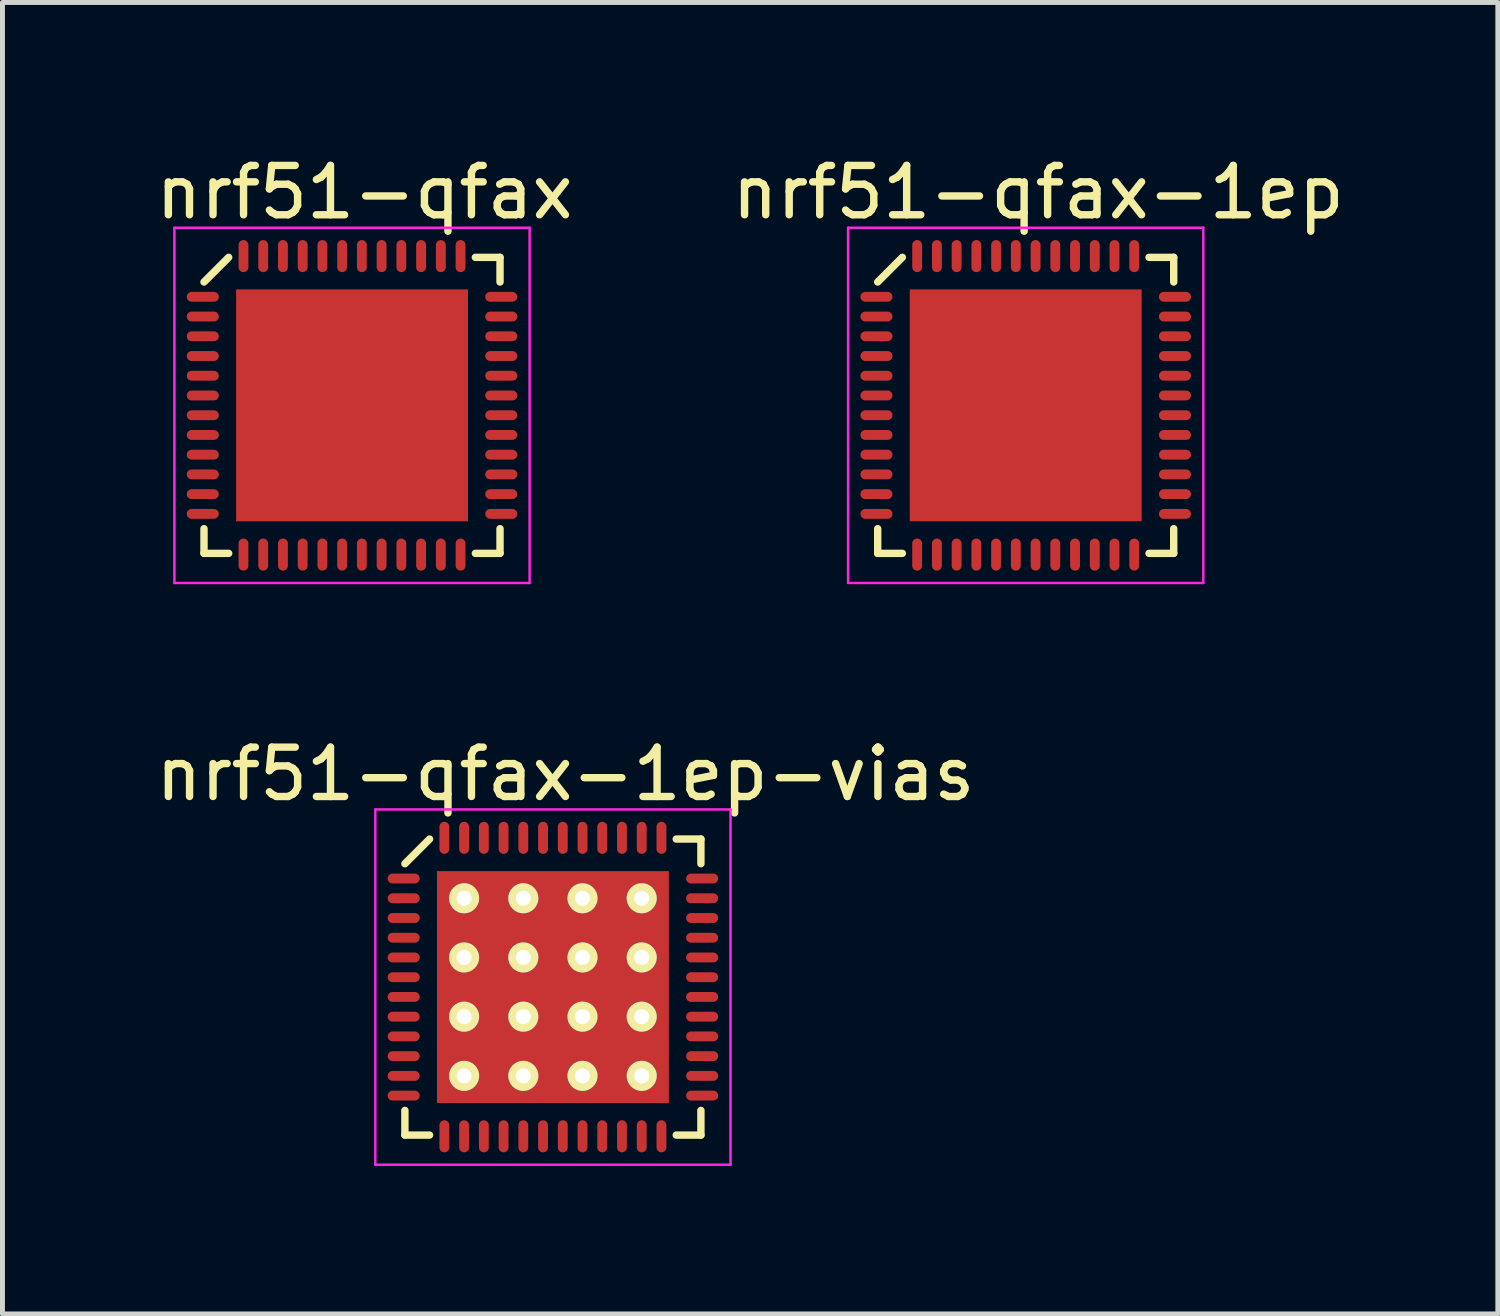
<source format=kicad_pcb>
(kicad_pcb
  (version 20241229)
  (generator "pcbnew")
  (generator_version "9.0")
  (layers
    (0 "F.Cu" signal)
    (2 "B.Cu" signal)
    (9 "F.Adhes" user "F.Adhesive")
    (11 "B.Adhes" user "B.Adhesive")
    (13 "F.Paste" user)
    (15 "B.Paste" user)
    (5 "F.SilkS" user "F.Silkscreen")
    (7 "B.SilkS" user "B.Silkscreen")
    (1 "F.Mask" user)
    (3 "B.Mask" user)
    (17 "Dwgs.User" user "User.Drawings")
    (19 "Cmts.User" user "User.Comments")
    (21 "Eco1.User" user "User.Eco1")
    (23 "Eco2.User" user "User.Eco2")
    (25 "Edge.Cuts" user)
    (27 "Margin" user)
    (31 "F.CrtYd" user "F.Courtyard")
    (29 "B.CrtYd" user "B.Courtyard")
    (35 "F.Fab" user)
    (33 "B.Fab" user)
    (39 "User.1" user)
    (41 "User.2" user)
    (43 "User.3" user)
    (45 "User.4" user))
  (footprint "nrf51-qfax-1ep"
    (layer "F.Cu")
    (at 17.74 5.166)
    (property "Reference" "nrf51-qfax-1ep" (at 0.254 -4.318 0) (layer "F.SilkS") (effects (font (size 1 1) (thickness 0.15))))
    (attr smd)
    (fp_line (start -3 -2.5) (end -2.5 -3) (stroke (width 0.15) (type solid)) (layer "F.SilkS"))
    (fp_line (start -3 3) (end -3 2.5) (stroke (width 0.15) (type solid)) (layer "F.SilkS"))
    (fp_line (start -3 3) (end -2.5 3) (stroke (width 0.15) (type solid)) (layer "F.SilkS"))
    (fp_line (start 2.5 -3) (end 3 -3) (stroke (width 0.15) (type solid)) (layer "F.SilkS"))
    (fp_line (start 2.5 3) (end 3 3) (stroke (width 0.15) (type solid)) (layer "F.SilkS"))
    (fp_line (start 3 -2.5) (end 3 -3) (stroke (width 0.15) (type solid)) (layer "F.SilkS"))
    (fp_line (start 3 3) (end 3 2.5) (stroke (width 0.15) (type solid)) (layer "F.SilkS"))
    (fp_line (start -3.6 -3.6) (end 3.6 -3.6) (stroke (width 0.05) (type solid)) (layer "F.CrtYd"))
    (fp_line (start -3.6 3.6) (end -3.6 -3.6) (stroke (width 0.05) (type solid)) (layer "F.CrtYd"))
    (fp_line (start -3.6 3.6) (end 3.6 3.6) (stroke (width 0.05) (type solid)) (layer "F.CrtYd"))
    (fp_line (start 3.6 3.6) (end 3.6 -3.6) (stroke (width 0.05) (type solid)) (layer "F.CrtYd"))
    (pad "1" smd oval (at -3.025 -2.2 90) (size 0.2 0.65) (layers "F.Cu" "F.Mask" "F.Paste"))
    (pad "2" smd oval (at -3.025 -1.8 90) (size 0.2 0.65) (layers "F.Cu" "F.Mask" "F.Paste"))
    (pad "3" smd oval (at -3.025 -1.4 90) (size 0.2 0.65) (layers "F.Cu" "F.Mask" "F.Paste"))
    (pad "4" smd oval (at -3.025 -1 90) (size 0.2 0.65) (layers "F.Cu" "F.Mask" "F.Paste"))
    (pad "5" smd oval (at -3.025 -0.6 90) (size 0.2 0.65) (layers "F.Cu" "F.Mask" "F.Paste"))
    (pad "6" smd oval (at -3.025 -0.2 90) (size 0.2 0.65) (layers "F.Cu" "F.Mask" "F.Paste"))
    (pad "7" smd oval (at -3.025 0.2 90) (size 0.2 0.65) (layers "F.Cu" "F.Mask" "F.Paste"))
    (pad "8" smd oval (at -3.025 0.6 90) (size 0.2 0.65) (layers "F.Cu" "F.Mask" "F.Paste"))
    (pad "9" smd oval (at -3.025 1 90) (size 0.2 0.65) (layers "F.Cu" "F.Mask" "F.Paste"))
    (pad "10" smd oval (at -3.025 1.4 90) (size 0.2 0.65) (layers "F.Cu" "F.Mask" "F.Paste"))
    (pad "11" smd oval (at -3.025 1.8 90) (size 0.2 0.65) (layers "F.Cu" "F.Mask" "F.Paste"))
    (pad "12" smd oval (at -3.025 2.2 90) (size 0.2 0.65) (layers "F.Cu" "F.Mask" "F.Paste"))
    (pad "13" smd oval (at -2.2 3.025) (size 0.2 0.65) (layers "F.Cu" "F.Mask" "F.Paste"))
    (pad "14" smd oval (at -1.8 3.025) (size 0.2 0.65) (layers "F.Cu" "F.Mask" "F.Paste"))
    (pad "15" smd oval (at -1.4 3.025) (size 0.2 0.65) (layers "F.Cu" "F.Mask" "F.Paste"))
    (pad "16" smd oval (at -1 3.025) (size 0.2 0.65) (layers "F.Cu" "F.Mask" "F.Paste"))
    (pad "17" smd oval (at -0.6 3.025) (size 0.2 0.65) (layers "F.Cu" "F.Mask" "F.Paste"))
    (pad "18" smd oval (at -0.2 3.025) (size 0.2 0.65) (layers "F.Cu" "F.Mask" "F.Paste"))
    (pad "19" smd oval (at 0.2 3.025) (size 0.2 0.65) (layers "F.Cu" "F.Mask" "F.Paste"))
    (pad "20" smd oval (at 0.6 3.025) (size 0.2 0.65) (layers "F.Cu" "F.Mask" "F.Paste"))
    (pad "21" smd oval (at 1 3.025) (size 0.2 0.65) (layers "F.Cu" "F.Mask" "F.Paste"))
    (pad "22" smd oval (at 1.4 3.025) (size 0.2 0.65) (layers "F.Cu" "F.Mask" "F.Paste"))
    (pad "23" smd oval (at 1.8 3.025) (size 0.2 0.65) (layers "F.Cu" "F.Mask" "F.Paste"))
    (pad "24" smd oval (at 2.2 3.025) (size 0.2 0.65) (layers "F.Cu" "F.Mask" "F.Paste"))
    (pad "25" smd oval (at 3.025 2.2 90) (size 0.2 0.65) (layers "F.Cu" "F.Mask" "F.Paste"))
    (pad "26" smd oval (at 3.025 1.8 90) (size 0.2 0.65) (layers "F.Cu" "F.Mask" "F.Paste"))
    (pad "27" smd oval (at 3.025 1.4 90) (size 0.2 0.65) (layers "F.Cu" "F.Mask" "F.Paste"))
    (pad "28" smd oval (at 3.025 1 90) (size 0.2 0.65) (layers "F.Cu" "F.Mask" "F.Paste"))
    (pad "29" smd oval (at 3.025 0.6 90) (size 0.2 0.65) (layers "F.Cu" "F.Mask" "F.Paste"))
    (pad "30" smd oval (at 3.025 0.2 90) (size 0.2 0.65) (layers "F.Cu" "F.Mask" "F.Paste"))
    (pad "31" smd oval (at 3.025 -0.2 90) (size 0.2 0.65) (layers "F.Cu" "F.Mask" "F.Paste"))
    (pad "32" smd oval (at 3.025 -0.6 90) (size 0.2 0.65) (layers "F.Cu" "F.Mask" "F.Paste"))
    (pad "33" smd oval (at 3.025 -1 90) (size 0.2 0.65) (layers "F.Cu" "F.Mask" "F.Paste"))
    (pad "34" smd oval (at 3.025 -1.4 90) (size 0.2 0.65) (layers "F.Cu" "F.Mask" "F.Paste"))
    (pad "35" smd oval (at 3.025 -1.8 90) (size 0.2 0.65) (layers "F.Cu" "F.Mask" "F.Paste"))
    (pad "36" smd oval (at 3.025 -2.2 90) (size 0.2 0.65) (layers "F.Cu" "F.Mask" "F.Paste"))
    (pad "37" smd oval (at 2.2 -3.025) (size 0.2 0.65) (layers "F.Cu" "F.Mask" "F.Paste"))
    (pad "38" smd oval (at 1.8 -3.025) (size 0.2 0.65) (layers "F.Cu" "F.Mask" "F.Paste"))
    (pad "39" smd oval (at 1.4 -3.025) (size 0.2 0.65) (layers "F.Cu" "F.Mask" "F.Paste"))
    (pad "40" smd oval (at 1 -3.025) (size 0.2 0.65) (layers "F.Cu" "F.Mask" "F.Paste"))
    (pad "41" smd oval (at 0.6 -3.025) (size 0.2 0.65) (layers "F.Cu" "F.Mask" "F.Paste"))
    (pad "42" smd oval (at 0.2 -3.025) (size 0.2 0.65) (layers "F.Cu" "F.Mask" "F.Paste"))
    (pad "43" smd oval (at -0.2 -3.025) (size 0.2 0.65) (layers "F.Cu" "F.Mask" "F.Paste"))
    (pad "44" smd oval (at -0.6 -3.025) (size 0.2 0.65) (layers "F.Cu" "F.Mask" "F.Paste"))
    (pad "45" smd oval (at -1 -3.025) (size 0.2 0.65) (layers "F.Cu" "F.Mask" "F.Paste"))
    (pad "46" smd oval (at -1.4 -3.025) (size 0.2 0.65) (layers "F.Cu" "F.Mask" "F.Paste"))
    (pad "47" smd oval (at -1.8 -3.025) (size 0.2 0.65) (layers "F.Cu" "F.Mask" "F.Paste"))
    (pad "48" smd oval (at -2.2 -3.025) (size 0.2 0.65) (layers "F.Cu" "F.Mask" "F.Paste"))
    (pad "49" smd rect (at 0 0) (size 4.7 4.7) (layers "F.Cu" "F.Mask" "F.Paste")))
  (footprint "nrf51-qfax"
    (layer "F.Cu")
    (at 4.085 5.166)
    (property "Reference" "nrf51-qfax" (at 0.254 -4.318 0) (layer "F.SilkS") (effects (font (size 1 1) (thickness 0.15))))
    (attr smd)
    (fp_line (start -3 -2.5) (end -2.5 -3) (stroke (width 0.15) (type solid)) (layer "F.SilkS"))
    (fp_line (start -3 3) (end -3 2.5) (stroke (width 0.15) (type solid)) (layer "F.SilkS"))
    (fp_line (start -3 3) (end -2.5 3) (stroke (width 0.15) (type solid)) (layer "F.SilkS"))
    (fp_line (start 2.5 -3) (end 3 -3) (stroke (width 0.15) (type solid)) (layer "F.SilkS"))
    (fp_line (start 2.5 3) (end 3 3) (stroke (width 0.15) (type solid)) (layer "F.SilkS"))
    (fp_line (start 3 -2.5) (end 3 -3) (stroke (width 0.15) (type solid)) (layer "F.SilkS"))
    (fp_line (start 3 3) (end 3 2.5) (stroke (width 0.15) (type solid)) (layer "F.SilkS"))
    (fp_line (start -3.6 -3.6) (end 3.6 -3.6) (stroke (width 0.05) (type solid)) (layer "F.CrtYd"))
    (fp_line (start -3.6 3.6) (end -3.6 -3.6) (stroke (width 0.05) (type solid)) (layer "F.CrtYd"))
    (fp_line (start -3.6 3.6) (end 3.6 3.6) (stroke (width 0.05) (type solid)) (layer "F.CrtYd"))
    (fp_line (start 3.6 3.6) (end 3.6 -3.6) (stroke (width 0.05) (type solid)) (layer "F.CrtYd"))
    (pad "1" smd oval (at -3.025 -2.2 90) (size 0.2 0.65) (layers "F.Cu" "F.Mask" "F.Paste"))
    (pad "2" smd oval (at -3.025 -1.8 90) (size 0.2 0.65) (layers "F.Cu" "F.Mask" "F.Paste"))
    (pad "3" smd oval (at -3.025 -1.4 90) (size 0.2 0.65) (layers "F.Cu" "F.Mask" "F.Paste"))
    (pad "4" smd oval (at -3.025 -1 90) (size 0.2 0.65) (layers "F.Cu" "F.Mask" "F.Paste"))
    (pad "5" smd oval (at -3.025 -0.6 90) (size 0.2 0.65) (layers "F.Cu" "F.Mask" "F.Paste"))
    (pad "6" smd oval (at -3.025 -0.2 90) (size 0.2 0.65) (layers "F.Cu" "F.Mask" "F.Paste"))
    (pad "7" smd oval (at -3.025 0.2 90) (size 0.2 0.65) (layers "F.Cu" "F.Mask" "F.Paste"))
    (pad "8" smd oval (at -3.025 0.6 90) (size 0.2 0.65) (layers "F.Cu" "F.Mask" "F.Paste"))
    (pad "9" smd oval (at -3.025 1 90) (size 0.2 0.65) (layers "F.Cu" "F.Mask" "F.Paste"))
    (pad "10" smd oval (at -3.025 1.4 90) (size 0.2 0.65) (layers "F.Cu" "F.Mask" "F.Paste"))
    (pad "11" smd oval (at -3.025 1.8 90) (size 0.2 0.65) (layers "F.Cu" "F.Mask" "F.Paste"))
    (pad "12" smd oval (at -3.025 2.2 90) (size 0.2 0.65) (layers "F.Cu" "F.Mask" "F.Paste"))
    (pad "13" smd oval (at -2.2 3.025) (size 0.2 0.65) (layers "F.Cu" "F.Mask" "F.Paste"))
    (pad "14" smd oval (at -1.8 3.025) (size 0.2 0.65) (layers "F.Cu" "F.Mask" "F.Paste"))
    (pad "15" smd oval (at -1.4 3.025) (size 0.2 0.65) (layers "F.Cu" "F.Mask" "F.Paste"))
    (pad "16" smd oval (at -1 3.025) (size 0.2 0.65) (layers "F.Cu" "F.Mask" "F.Paste"))
    (pad "17" smd oval (at -0.6 3.025) (size 0.2 0.65) (layers "F.Cu" "F.Mask" "F.Paste"))
    (pad "18" smd oval (at -0.2 3.025) (size 0.2 0.65) (layers "F.Cu" "F.Mask" "F.Paste"))
    (pad "19" smd oval (at 0.2 3.025) (size 0.2 0.65) (layers "F.Cu" "F.Mask" "F.Paste"))
    (pad "20" smd oval (at 0.6 3.025) (size 0.2 0.65) (layers "F.Cu" "F.Mask" "F.Paste"))
    (pad "21" smd oval (at 1 3.025) (size 0.2 0.65) (layers "F.Cu" "F.Mask" "F.Paste"))
    (pad "22" smd oval (at 1.4 3.025) (size 0.2 0.65) (layers "F.Cu" "F.Mask" "F.Paste"))
    (pad "23" smd oval (at 1.8 3.025) (size 0.2 0.65) (layers "F.Cu" "F.Mask" "F.Paste"))
    (pad "24" smd oval (at 2.2 3.025) (size 0.2 0.65) (layers "F.Cu" "F.Mask" "F.Paste"))
    (pad "25" smd oval (at 3.025 2.2 90) (size 0.2 0.65) (layers "F.Cu" "F.Mask" "F.Paste"))
    (pad "26" smd oval (at 3.025 1.8 90) (size 0.2 0.65) (layers "F.Cu" "F.Mask" "F.Paste"))
    (pad "27" smd oval (at 3.025 1.4 90) (size 0.2 0.65) (layers "F.Cu" "F.Mask" "F.Paste"))
    (pad "28" smd oval (at 3.025 1 90) (size 0.2 0.65) (layers "F.Cu" "F.Mask" "F.Paste"))
    (pad "29" smd oval (at 3.025 0.6 90) (size 0.2 0.65) (layers "F.Cu" "F.Mask" "F.Paste"))
    (pad "30" smd oval (at 3.025 0.2 90) (size 0.2 0.65) (layers "F.Cu" "F.Mask" "F.Paste"))
    (pad "31" smd oval (at 3.025 -0.2 90) (size 0.2 0.65) (layers "F.Cu" "F.Mask" "F.Paste"))
    (pad "32" smd oval (at 3.025 -0.6 90) (size 0.2 0.65) (layers "F.Cu" "F.Mask" "F.Paste"))
    (pad "33" smd oval (at 3.025 -1 90) (size 0.2 0.65) (layers "F.Cu" "F.Mask" "F.Paste"))
    (pad "34" smd oval (at 3.025 -1.4 90) (size 0.2 0.65) (layers "F.Cu" "F.Mask" "F.Paste"))
    (pad "35" smd oval (at 3.025 -1.8 90) (size 0.2 0.65) (layers "F.Cu" "F.Mask" "F.Paste"))
    (pad "36" smd oval (at 3.025 -2.2 90) (size 0.2 0.65) (layers "F.Cu" "F.Mask" "F.Paste"))
    (pad "37" smd oval (at 2.2 -3.025) (size 0.2 0.65) (layers "F.Cu" "F.Mask" "F.Paste"))
    (pad "38" smd oval (at 1.8 -3.025) (size 0.2 0.65) (layers "F.Cu" "F.Mask" "F.Paste"))
    (pad "39" smd oval (at 1.4 -3.025) (size 0.2 0.65) (layers "F.Cu" "F.Mask" "F.Paste"))
    (pad "40" smd oval (at 1 -3.025) (size 0.2 0.65) (layers "F.Cu" "F.Mask" "F.Paste"))
    (pad "41" smd oval (at 0.6 -3.025) (size 0.2 0.65) (layers "F.Cu" "F.Mask" "F.Paste"))
    (pad "42" smd oval (at 0.2 -3.025) (size 0.2 0.65) (layers "F.Cu" "F.Mask" "F.Paste"))
    (pad "43" smd oval (at -0.2 -3.025) (size 0.2 0.65) (layers "F.Cu" "F.Mask" "F.Paste"))
    (pad "44" smd oval (at -0.6 -3.025) (size 0.2 0.65) (layers "F.Cu" "F.Mask" "F.Paste"))
    (pad "45" smd oval (at -1 -3.025) (size 0.2 0.65) (layers "F.Cu" "F.Mask" "F.Paste"))
    (pad "46" smd oval (at -1.4 -3.025) (size 0.2 0.65) (layers "F.Cu" "F.Mask" "F.Paste"))
    (pad "47" smd oval (at -1.8 -3.025) (size 0.2 0.65) (layers "F.Cu" "F.Mask" "F.Paste"))
    (pad "48" smd oval (at -2.2 -3.025) (size 0.2 0.65) (layers "F.Cu" "F.Mask" "F.Paste"))
    (pad "49" smd rect (at 0 0) (size 4.7 4.7) (layers "F.Cu" "F.Mask" "F.Paste")))
  (footprint "nrf51-qfax-1ep-vias"
    (layer "F.Cu")
    (at 8.157 16.957)
    (property "Reference" "nrf51-qfax-1ep-vias" (at 0.254 -4.318 0) (layer "F.SilkS") (effects (font (size 1 1) (thickness 0.15))))
    (attr smd)
    (fp_line (start -3 -2.5) (end -2.5 -3) (stroke (width 0.15) (type solid)) (layer "F.SilkS"))
    (fp_line (start -3 3) (end -3 2.5) (stroke (width 0.15) (type solid)) (layer "F.SilkS"))
    (fp_line (start -3 3) (end -2.5 3) (stroke (width 0.15) (type solid)) (layer "F.SilkS"))
    (fp_line (start 2.5 -3) (end 3 -3) (stroke (width 0.15) (type solid)) (layer "F.SilkS"))
    (fp_line (start 2.5 3) (end 3 3) (stroke (width 0.15) (type solid)) (layer "F.SilkS"))
    (fp_line (start 3 -2.5) (end 3 -3) (stroke (width 0.15) (type solid)) (layer "F.SilkS"))
    (fp_line (start 3 3) (end 3 2.5) (stroke (width 0.15) (type solid)) (layer "F.SilkS"))
    (fp_line (start -3.6 -3.6) (end 3.6 -3.6) (stroke (width 0.05) (type solid)) (layer "F.CrtYd"))
    (fp_line (start -3.6 3.6) (end -3.6 -3.6) (stroke (width 0.05) (type solid)) (layer "F.CrtYd"))
    (fp_line (start -3.6 3.6) (end 3.6 3.6) (stroke (width 0.05) (type solid)) (layer "F.CrtYd"))
    (fp_line (start 3.6 3.6) (end 3.6 -3.6) (stroke (width 0.05) (type solid)) (layer "F.CrtYd"))
    (pad "1" smd oval (at -3.025 -2.2 90) (size 0.2 0.65) (layers "F.Cu" "F.Mask" "F.Paste"))
    (pad "2" smd oval (at -3.025 -1.8 90) (size 0.2 0.65) (layers "F.Cu" "F.Mask" "F.Paste"))
    (pad "3" smd oval (at -3.025 -1.4 90) (size 0.2 0.65) (layers "F.Cu" "F.Mask" "F.Paste"))
    (pad "4" smd oval (at -3.025 -1 90) (size 0.2 0.65) (layers "F.Cu" "F.Mask" "F.Paste"))
    (pad "5" smd oval (at -3.025 -0.6 90) (size 0.2 0.65) (layers "F.Cu" "F.Mask" "F.Paste"))
    (pad "6" smd oval (at -3.025 -0.2 90) (size 0.2 0.65) (layers "F.Cu" "F.Mask" "F.Paste"))
    (pad "7" smd oval (at -3.025 0.2 90) (size 0.2 0.65) (layers "F.Cu" "F.Mask" "F.Paste"))
    (pad "8" smd oval (at -3.025 0.6 90) (size 0.2 0.65) (layers "F.Cu" "F.Mask" "F.Paste"))
    (pad "9" smd oval (at -3.025 1 90) (size 0.2 0.65) (layers "F.Cu" "F.Mask" "F.Paste"))
    (pad "10" smd oval (at -3.025 1.4 90) (size 0.2 0.65) (layers "F.Cu" "F.Mask" "F.Paste"))
    (pad "11" smd oval (at -3.025 1.8 90) (size 0.2 0.65) (layers "F.Cu" "F.Mask" "F.Paste"))
    (pad "12" smd oval (at -3.025 2.2 90) (size 0.2 0.65) (layers "F.Cu" "F.Mask" "F.Paste"))
    (pad "13" smd oval (at -2.2 3.025) (size 0.2 0.65) (layers "F.Cu" "F.Mask" "F.Paste"))
    (pad "14" smd oval (at -1.8 3.025) (size 0.2 0.65) (layers "F.Cu" "F.Mask" "F.Paste"))
    (pad "15" smd oval (at -1.4 3.025) (size 0.2 0.65) (layers "F.Cu" "F.Mask" "F.Paste"))
    (pad "16" smd oval (at -1 3.025) (size 0.2 0.65) (layers "F.Cu" "F.Mask" "F.Paste"))
    (pad "17" smd oval (at -0.6 3.025) (size 0.2 0.65) (layers "F.Cu" "F.Mask" "F.Paste"))
    (pad "18" smd oval (at -0.2 3.025) (size 0.2 0.65) (layers "F.Cu" "F.Mask" "F.Paste"))
    (pad "19" smd oval (at 0.2 3.025) (size 0.2 0.65) (layers "F.Cu" "F.Mask" "F.Paste"))
    (pad "20" smd oval (at 0.6 3.025) (size 0.2 0.65) (layers "F.Cu" "F.Mask" "F.Paste"))
    (pad "21" smd oval (at 1 3.025) (size 0.2 0.65) (layers "F.Cu" "F.Mask" "F.Paste"))
    (pad "22" smd oval (at 1.4 3.025) (size 0.2 0.65) (layers "F.Cu" "F.Mask" "F.Paste"))
    (pad "23" smd oval (at 1.8 3.025) (size 0.2 0.65) (layers "F.Cu" "F.Mask" "F.Paste"))
    (pad "24" smd oval (at 2.2 3.025) (size 0.2 0.65) (layers "F.Cu" "F.Mask" "F.Paste"))
    (pad "25" smd oval (at 3.025 2.2 90) (size 0.2 0.65) (layers "F.Cu" "F.Mask" "F.Paste"))
    (pad "26" smd oval (at 3.025 1.8 90) (size 0.2 0.65) (layers "F.Cu" "F.Mask" "F.Paste"))
    (pad "27" smd oval (at 3.025 1.4 90) (size 0.2 0.65) (layers "F.Cu" "F.Mask" "F.Paste"))
    (pad "28" smd oval (at 3.025 1 90) (size 0.2 0.65) (layers "F.Cu" "F.Mask" "F.Paste"))
    (pad "29" smd oval (at 3.025 0.6 90) (size 0.2 0.65) (layers "F.Cu" "F.Mask" "F.Paste"))
    (pad "30" smd oval (at 3.025 0.2 90) (size 0.2 0.65) (layers "F.Cu" "F.Mask" "F.Paste"))
    (pad "31" smd oval (at 3.025 -0.2 90) (size 0.2 0.65) (layers "F.Cu" "F.Mask" "F.Paste"))
    (pad "32" smd oval (at 3.025 -0.6 90) (size 0.2 0.65) (layers "F.Cu" "F.Mask" "F.Paste"))
    (pad "33" smd oval (at 3.025 -1 90) (size 0.2 0.65) (layers "F.Cu" "F.Mask" "F.Paste"))
    (pad "34" smd oval (at 3.025 -1.4 90) (size 0.2 0.65) (layers "F.Cu" "F.Mask" "F.Paste"))
    (pad "35" smd oval (at 3.025 -1.8 90) (size 0.2 0.65) (layers "F.Cu" "F.Mask" "F.Paste"))
    (pad "36" smd oval (at 3.025 -2.2 90) (size 0.2 0.65) (layers "F.Cu" "F.Mask" "F.Paste"))
    (pad "37" smd oval (at 2.2 -3.025) (size 0.2 0.65) (layers "F.Cu" "F.Mask" "F.Paste"))
    (pad "38" smd oval (at 1.8 -3.025) (size 0.2 0.65) (layers "F.Cu" "F.Mask" "F.Paste"))
    (pad "39" smd oval (at 1.4 -3.025) (size 0.2 0.65) (layers "F.Cu" "F.Mask" "F.Paste"))
    (pad "40" smd oval (at 1 -3.025) (size 0.2 0.65) (layers "F.Cu" "F.Mask" "F.Paste"))
    (pad "41" smd oval (at 0.6 -3.025) (size 0.2 0.65) (layers "F.Cu" "F.Mask" "F.Paste"))
    (pad "42" smd oval (at 0.2 -3.025) (size 0.2 0.65) (layers "F.Cu" "F.Mask" "F.Paste"))
    (pad "43" smd oval (at -0.2 -3.025) (size 0.2 0.65) (layers "F.Cu" "F.Mask" "F.Paste"))
    (pad "44" smd oval (at -0.6 -3.025) (size 0.2 0.65) (layers "F.Cu" "F.Mask" "F.Paste"))
    (pad "45" smd oval (at -1 -3.025) (size 0.2 0.65) (layers "F.Cu" "F.Mask" "F.Paste"))
    (pad "46" smd oval (at -1.4 -3.025) (size 0.2 0.65) (layers "F.Cu" "F.Mask" "F.Paste"))
    (pad "47" smd oval (at -1.8 -3.025) (size 0.2 0.65) (layers "F.Cu" "F.Mask" "F.Paste"))
    (pad "48" smd oval (at -2.2 -3.025) (size 0.2 0.65) (layers "F.Cu" "F.Mask" "F.Paste"))
    (pad "49" thru_hole circle (at -1.8 -1.8) (size 0.61 0.61) (drill 0.305) (layers "*.Cu" "*.Mask" "F.SilkS"))
    (pad "49" thru_hole circle (at -1.8 -0.6) (size 0.61 0.61) (drill 0.305) (layers "*.Cu" "*.Mask" "F.SilkS"))
    (pad "49" thru_hole circle (at -1.8 0.6) (size 0.61 0.61) (drill 0.305) (layers "*.Cu" "*.Mask" "F.SilkS"))
    (pad "49" thru_hole circle (at -1.8 1.8) (size 0.61 0.61) (drill 0.305) (layers "*.Cu" "*.Mask" "F.SilkS"))
    (pad "49" thru_hole circle (at -0.6 -1.8) (size 0.61 0.61) (drill 0.305) (layers "*.Cu" "*.Mask" "F.SilkS"))
    (pad "49" thru_hole circle (at -0.6 -0.6) (size 0.61 0.61) (drill 0.305) (layers "*.Cu" "*.Mask" "F.SilkS"))
    (pad "49" thru_hole circle (at -0.6 0.6) (size 0.61 0.61) (drill 0.305) (layers "*.Cu" "*.Mask" "F.SilkS"))
    (pad "49" thru_hole circle (at -0.6 1.8) (size 0.61 0.61) (drill 0.305) (layers "*.Cu" "*.Mask" "F.SilkS"))
    (pad "49" smd rect (at 0 0) (size 4.7 4.7) (layers "F.Cu" "F.Mask" "F.Paste"))
    (pad "49" thru_hole circle (at 0.6 -1.8) (size 0.61 0.61) (drill 0.305) (layers "*.Cu" "*.Mask" "F.SilkS"))
    (pad "49" thru_hole circle (at 0.6 -0.6) (size 0.61 0.61) (drill 0.305) (layers "*.Cu" "*.Mask" "F.SilkS"))
    (pad "49" thru_hole circle (at 0.6 0.6) (size 0.61 0.61) (drill 0.305) (layers "*.Cu" "*.Mask" "F.SilkS"))
    (pad "49" thru_hole circle (at 0.6 1.8) (size 0.61 0.61) (drill 0.305) (layers "*.Cu" "*.Mask" "F.SilkS"))
    (pad "49" thru_hole circle (at 1.8 -1.8) (size 0.61 0.61) (drill 0.305) (layers "*.Cu" "*.Mask" "F.SilkS"))
    (pad "49" thru_hole circle (at 1.8 -0.6) (size 0.61 0.61) (drill 0.305) (layers "*.Cu" "*.Mask" "F.SilkS"))
    (pad "49" thru_hole circle (at 1.8 0.6) (size 0.61 0.61) (drill 0.305) (layers "*.Cu" "*.Mask" "F.SilkS"))
    (pad "49" thru_hole circle (at 1.8 1.8) (size 0.61 0.61) (drill 0.305) (layers "*.Cu" "*.Mask" "F.SilkS")))
  (gr_rect
    (start -3 -3)
    (end 27.31 23.582)
    (stroke (width 0.1) (type default))
    (fill no)
    (layer "Edge.Cuts")))
</source>
